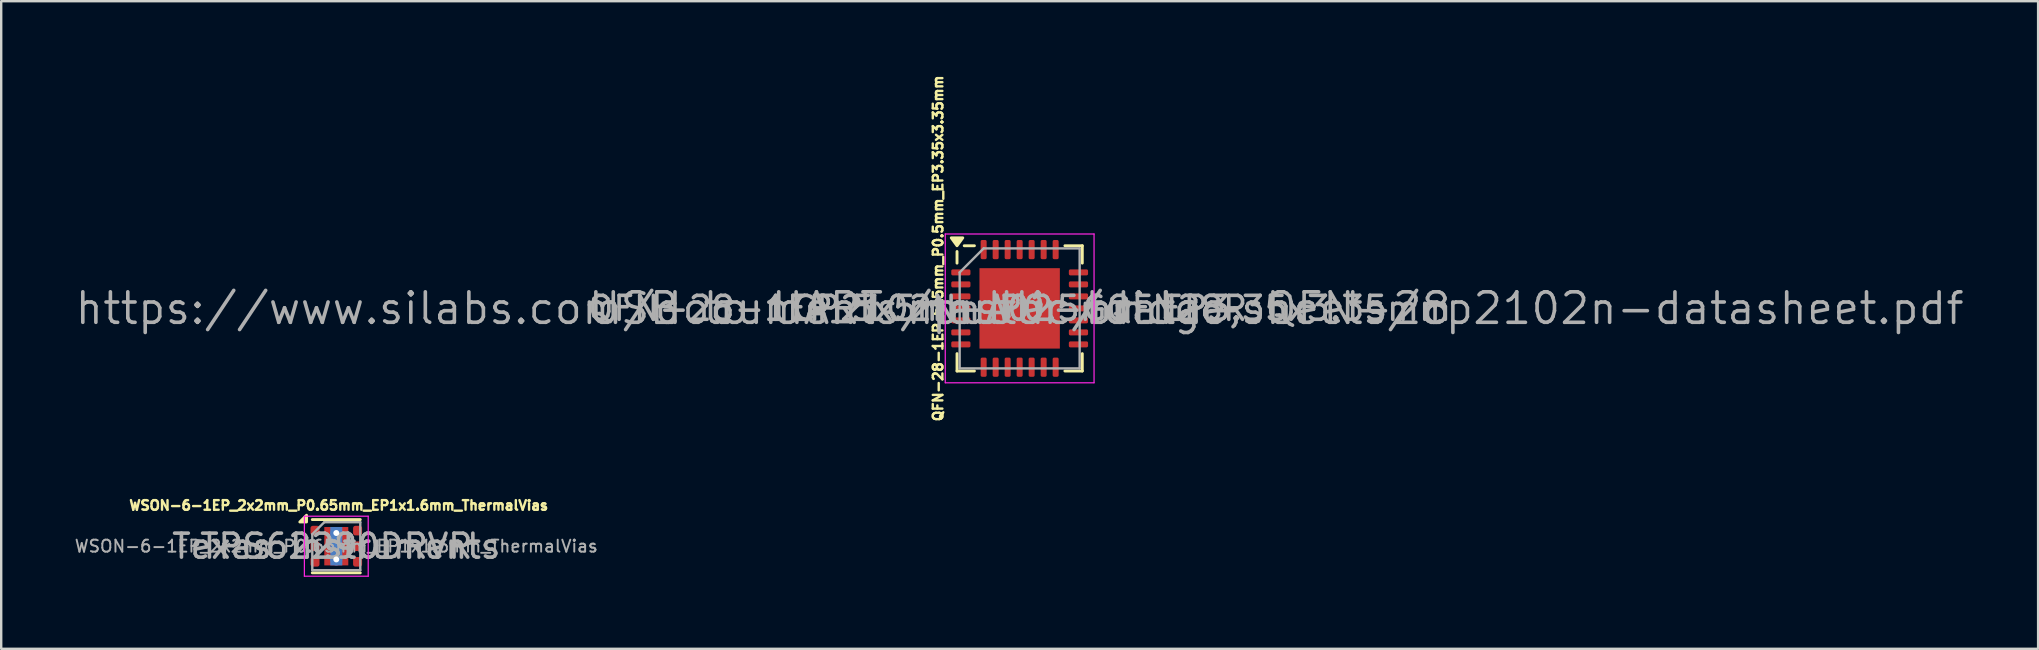
<source format=kicad_pcb>
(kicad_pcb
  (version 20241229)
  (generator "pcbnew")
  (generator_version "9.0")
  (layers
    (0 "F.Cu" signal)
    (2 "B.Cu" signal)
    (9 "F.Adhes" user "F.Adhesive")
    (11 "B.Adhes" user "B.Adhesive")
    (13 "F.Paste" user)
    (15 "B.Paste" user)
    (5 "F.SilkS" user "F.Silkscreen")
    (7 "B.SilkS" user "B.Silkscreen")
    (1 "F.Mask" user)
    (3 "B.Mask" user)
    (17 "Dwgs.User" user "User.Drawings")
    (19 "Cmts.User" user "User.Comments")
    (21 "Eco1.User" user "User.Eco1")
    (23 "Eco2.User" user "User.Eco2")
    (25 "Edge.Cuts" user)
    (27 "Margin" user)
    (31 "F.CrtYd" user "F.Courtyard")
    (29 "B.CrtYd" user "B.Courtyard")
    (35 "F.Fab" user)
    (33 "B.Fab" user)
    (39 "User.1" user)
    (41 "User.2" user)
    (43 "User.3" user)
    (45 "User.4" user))
  (footprint "QFN-28-1EP_5x5mm_P0.5mm_EP3.35x3.35mm"
    (layer "F.Cu")
    (at 39.438 9.8)
    (property "Reference" "QFN-28-1EP_5x5mm_P0.5mm_EP3.35x3.35mm" (at -3.4 -2.5 90) (layer "F.SilkS") (effects (font (size 0.4 0.4) (thickness 0.1))))
    (property "Datasheet" "https://www.silabs.com/documents/public/data-sheets/cp2102n-datasheet.pdf" (at 0 0 0) (unlocked yes) (layer "F.Fab") (effects (font (size 1.27 1.27) (thickness 0.15))))
    (property "Description" "USB to UART master bridge, QFN-28" (at 0 0 0) (unlocked yes) (layer "F.Fab") (effects (font (size 1.27 1.27) (thickness 0.15))))
    (property "PN" "CP2102N-A02-GQFN28R" (at 0 0 0) (unlocked yes) (layer "F.Fab") (effects (font (size 1 1) (thickness 0.15))))
    (attr smd)
    (fp_line (start -2.61 -1.885) (end -2.61 -2.37) (stroke (width 0.12) (type solid)) (layer "F.SilkS"))
    (fp_line (start -2.61 2.61) (end -2.61 1.885) (stroke (width 0.12) (type solid)) (layer "F.SilkS"))
    (fp_line (start -1.885 -2.61) (end -2.31 -2.61) (stroke (width 0.12) (type solid)) (layer "F.SilkS"))
    (fp_line (start -1.885 2.61) (end -2.61 2.61) (stroke (width 0.12) (type solid)) (layer "F.SilkS"))
    (fp_line (start 1.885 -2.61) (end 2.61 -2.61) (stroke (width 0.12) (type solid)) (layer "F.SilkS"))
    (fp_line (start 1.885 2.61) (end 2.61 2.61) (stroke (width 0.12) (type solid)) (layer "F.SilkS"))
    (fp_line (start 2.61 -2.61) (end 2.61 -1.885) (stroke (width 0.12) (type solid)) (layer "F.SilkS"))
    (fp_line (start 2.61 2.61) (end 2.61 1.885) (stroke (width 0.12) (type solid)) (layer "F.SilkS"))
    (fp_poly (pts (xy -2.61 -2.61) (xy -2.85 -2.94) (xy -2.37 -2.94) (xy -2.61 -2.61)) (stroke (width 0.12) (type solid)) (fill yes) (layer "F.SilkS"))
    (fp_line (start -3.1 -3.1) (end -3.1 3.1) (stroke (width 0.05) (type solid)) (layer "F.CrtYd"))
    (fp_line (start -3.1 3.1) (end 3.1 3.1) (stroke (width 0.05) (type solid)) (layer "F.CrtYd"))
    (fp_line (start 3.1 -3.1) (end -3.1 -3.1) (stroke (width 0.05) (type solid)) (layer "F.CrtYd"))
    (fp_line (start 3.1 3.1) (end 3.1 -3.1) (stroke (width 0.05) (type solid)) (layer "F.CrtYd"))
    (fp_line (start -2.5 -1.5) (end -1.5 -2.5) (stroke (width 0.1) (type solid)) (layer "F.Fab"))
    (fp_line (start -2.5 2.5) (end -2.5 -1.5) (stroke (width 0.1) (type solid)) (layer "F.Fab"))
    (fp_line (start -1.5 -2.5) (end 2.5 -2.5) (stroke (width 0.1) (type solid)) (layer "F.Fab"))
    (fp_line (start 2.5 -2.5) (end 2.5 2.5) (stroke (width 0.1) (type solid)) (layer "F.Fab"))
    (fp_line (start 2.5 2.5) (end -2.5 2.5) (stroke (width 0.1) (type solid)) (layer "F.Fab"))
    (fp_text user "${REFERENCE}" (at 0 0 0) (layer "F.Fab") (effects (font (size 1 1) (thickness 0.15))))
    (pad "" smd roundrect (at -1.12 -1.12) (size 0.9 0.9) (layers "F.Paste") (roundrect_rratio 0.25))
    (pad "" smd roundrect (at -1.12 0) (size 0.9 0.9) (layers "F.Paste") (roundrect_rratio 0.25))
    (pad "" smd roundrect (at -1.12 1.12) (size 0.9 0.9) (layers "F.Paste") (roundrect_rratio 0.25))
    (pad "" smd roundrect (at 0 -1.12) (size 0.9 0.9) (layers "F.Paste") (roundrect_rratio 0.25))
    (pad "" smd roundrect (at 0 0) (size 0.9 0.9) (layers "F.Paste") (roundrect_rratio 0.25))
    (pad "" smd roundrect (at 0 1.12) (size 0.9 0.9) (layers "F.Paste") (roundrect_rratio 0.25))
    (pad "" smd roundrect (at 1.12 -1.12) (size 0.9 0.9) (layers "F.Paste") (roundrect_rratio 0.25))
    (pad "" smd roundrect (at 1.12 0) (size 0.9 0.9) (layers "F.Paste") (roundrect_rratio 0.25))
    (pad "" smd roundrect (at 1.12 1.12) (size 0.9 0.9) (layers "F.Paste") (roundrect_rratio 0.25))
    (pad "1" smd roundrect (at -2.45 -1.5) (size 0.8 0.25) (layers "F.Cu" "F.Mask" "F.Paste") (roundrect_rratio 0.25))
    (pad "2" smd roundrect (at -2.45 -1) (size 0.8 0.25) (layers "F.Cu" "F.Mask" "F.Paste") (roundrect_rratio 0.25))
    (pad "3" smd roundrect (at -2.45 -0.5) (size 0.8 0.25) (layers "F.Cu" "F.Mask" "F.Paste") (roundrect_rratio 0.25))
    (pad "4" smd roundrect (at -2.45 0) (size 0.8 0.25) (layers "F.Cu" "F.Mask" "F.Paste") (roundrect_rratio 0.25))
    (pad "5" smd roundrect (at -2.45 0.5) (size 0.8 0.25) (layers "F.Cu" "F.Mask" "F.Paste") (roundrect_rratio 0.25))
    (pad "6" smd roundrect (at -2.45 1) (size 0.8 0.25) (layers "F.Cu" "F.Mask" "F.Paste") (roundrect_rratio 0.25))
    (pad "7" smd roundrect (at -2.45 1.5) (size 0.8 0.25) (layers "F.Cu" "F.Mask" "F.Paste") (roundrect_rratio 0.25))
    (pad "8" smd roundrect (at -1.5 2.45) (size 0.25 0.8) (layers "F.Cu" "F.Mask" "F.Paste") (roundrect_rratio 0.25))
    (pad "9" smd roundrect (at -1 2.45) (size 0.25 0.8) (layers "F.Cu" "F.Mask" "F.Paste") (roundrect_rratio 0.25))
    (pad "10" smd roundrect (at -0.5 2.45) (size 0.25 0.8) (layers "F.Cu" "F.Mask" "F.Paste") (roundrect_rratio 0.25))
    (pad "11" smd roundrect (at 0 2.45) (size 0.25 0.8) (layers "F.Cu" "F.Mask" "F.Paste") (roundrect_rratio 0.25))
    (pad "12" smd roundrect (at 0.5 2.45) (size 0.25 0.8) (layers "F.Cu" "F.Mask" "F.Paste") (roundrect_rratio 0.25))
    (pad "13" smd roundrect (at 1 2.45) (size 0.25 0.8) (layers "F.Cu" "F.Mask" "F.Paste") (roundrect_rratio 0.25))
    (pad "14" smd roundrect (at 1.5 2.45) (size 0.25 0.8) (layers "F.Cu" "F.Mask" "F.Paste") (roundrect_rratio 0.25))
    (pad "15" smd roundrect (at 2.45 1.5) (size 0.8 0.25) (layers "F.Cu" "F.Mask" "F.Paste") (roundrect_rratio 0.25))
    (pad "16" smd roundrect (at 2.45 1) (size 0.8 0.25) (layers "F.Cu" "F.Mask" "F.Paste") (roundrect_rratio 0.25))
    (pad "17" smd roundrect (at 2.45 0.5) (size 0.8 0.25) (layers "F.Cu" "F.Mask" "F.Paste") (roundrect_rratio 0.25))
    (pad "18" smd roundrect (at 2.45 0) (size 0.8 0.25) (layers "F.Cu" "F.Mask" "F.Paste") (roundrect_rratio 0.25))
    (pad "19" smd roundrect (at 2.45 -0.5) (size 0.8 0.25) (layers "F.Cu" "F.Mask" "F.Paste") (roundrect_rratio 0.25))
    (pad "20" smd roundrect (at 2.45 -1) (size 0.8 0.25) (layers "F.Cu" "F.Mask" "F.Paste") (roundrect_rratio 0.25))
    (pad "21" smd roundrect (at 2.45 -1.5) (size 0.8 0.25) (layers "F.Cu" "F.Mask" "F.Paste") (roundrect_rratio 0.25))
    (pad "22" smd roundrect (at 1.5 -2.45) (size 0.25 0.8) (layers "F.Cu" "F.Mask" "F.Paste") (roundrect_rratio 0.25))
    (pad "23" smd roundrect (at 1 -2.45) (size 0.25 0.8) (layers "F.Cu" "F.Mask" "F.Paste") (roundrect_rratio 0.25))
    (pad "24" smd roundrect (at 0.5 -2.45) (size 0.25 0.8) (layers "F.Cu" "F.Mask" "F.Paste") (roundrect_rratio 0.25))
    (pad "25" smd roundrect (at 0 -2.45) (size 0.25 0.8) (layers "F.Cu" "F.Mask" "F.Paste") (roundrect_rratio 0.25))
    (pad "26" smd roundrect (at -0.5 -2.45) (size 0.25 0.8) (layers "F.Cu" "F.Mask" "F.Paste") (roundrect_rratio 0.25))
    (pad "27" smd roundrect (at -1 -2.45) (size 0.25 0.8) (layers "F.Cu" "F.Mask" "F.Paste") (roundrect_rratio 0.25))
    (pad "28" smd roundrect (at -1.5 -2.45) (size 0.25 0.8) (layers "F.Cu" "F.Mask" "F.Paste") (roundrect_rratio 0.25))
    (pad "29" smd rect (at 0 0) (size 3.35 3.35) (property pad_prop_heatsink) (layers "F.Cu" "F.Mask")))
  (footprint "WSON-6-1EP_2x2mm_P0.65mm_EP1x1.6mm_ThermalVias"
    (layer "F.Cu")
    (at 10.963 19.71)
    (property "Reference" "WSON-6-1EP_2x2mm_P0.65mm_EP1x1.6mm_ThermalVias" (at 0.1 -1.7 0) (layer "F.SilkS") (effects (font (size 0.4 0.4) (thickness 0.1))))
    (property "Datasheet" "" (at 0 0 0) (unlocked yes) (layer "F.Fab") (effects (font (size 1.27 1.27) (thickness 0.15))))
    (property "Description" "" (at 0 0 0) (unlocked yes) (layer "F.Fab") (effects (font (size 1.27 1.27) (thickness 0.15))))
    (property "Mfg" "Texas Instruments" (at 0 0 0) (unlocked yes) (layer "F.Fab") (effects (font (size 1 1) (thickness 0.15))))
    (property "PN" "TPS62290DRVR" (at 0 0 0) (unlocked yes) (layer "F.Fab") (effects (font (size 1 1) (thickness 0.15))))
    (attr smd)
    (fp_line (start -1 -1.11) (end 1 -1.11) (stroke (width 0.12) (type solid)) (layer "F.SilkS"))
    (fp_line (start -1 1.11) (end 1 1.11) (stroke (width 0.12) (type solid)) (layer "F.SilkS"))
    (fp_poly (pts (xy -1.24 -1.01) (xy -1.52 -1.01) (xy -1.24 -1.29) (xy -1.24 -1.01)) (stroke (width 0.12) (type solid)) (fill yes) (layer "F.SilkS"))
    (fp_line (start -1.33 -1.25) (end -1.33 1.25) (stroke (width 0.05) (type solid)) (layer "F.CrtYd"))
    (fp_line (start -1.33 1.25) (end 1.33 1.25) (stroke (width 0.05) (type solid)) (layer "F.CrtYd"))
    (fp_line (start 1.33 -1.25) (end -1.33 -1.25) (stroke (width 0.05) (type solid)) (layer "F.CrtYd"))
    (fp_line (start 1.33 1.25) (end 1.33 -1.25) (stroke (width 0.05) (type solid)) (layer "F.CrtYd"))
    (fp_line (start -1 -0.5) (end -0.5 -1) (stroke (width 0.1) (type solid)) (layer "F.Fab"))
    (fp_line (start -1 1) (end -1 -0.5) (stroke (width 0.1) (type solid)) (layer "F.Fab"))
    (fp_line (start -0.5 -1) (end 1 -1) (stroke (width 0.1) (type solid)) (layer "F.Fab"))
    (fp_line (start 1 -1) (end 1 1) (stroke (width 0.1) (type solid)) (layer "F.Fab"))
    (fp_line (start 1 1) (end -1 1) (stroke (width 0.1) (type solid)) (layer "F.Fab"))
    (fp_text user "${REFERENCE}" (at 0 0 0) (layer "F.Fab") (effects (font (size 0.5 0.5) (thickness 0.08))))
    (pad "" smd roundrect (at 0 -0.4) (size 0.87 0.69) (layers "F.Paste") (roundrect_rratio 0.25))
    (pad "" smd roundrect (at 0 0.4) (size 0.87 0.69) (layers "F.Paste") (roundrect_rratio 0.25))
    (pad "1" smd roundrect (at -0.887 -0.65) (size 0.375 0.4) (layers "F.Cu" "F.Mask" "F.Paste") (roundrect_rratio 0.25))
    (pad "2" smd roundrect (at -0.887 0) (size 0.375 0.4) (layers "F.Cu" "F.Mask" "F.Paste") (roundrect_rratio 0.25))
    (pad "3" smd roundrect (at -0.887 0.65) (size 0.375 0.4) (layers "F.Cu" "F.Mask" "F.Paste") (roundrect_rratio 0.25))
    (pad "4" smd roundrect (at 0.887 0.65) (size 0.375 0.4) (layers "F.Cu" "F.Mask" "F.Paste") (roundrect_rratio 0.25))
    (pad "5" smd roundrect (at 0.887 0) (size 0.375 0.4) (layers "F.Cu" "F.Mask" "F.Paste") (roundrect_rratio 0.25))
    (pad "6" smd roundrect (at 0.887 -0.65) (size 0.375 0.4) (layers "F.Cu" "F.Mask" "F.Paste") (roundrect_rratio 0.25))
    (pad "7" thru_hole circle (at 0 -0.55) (size 0.5 0.5) (drill 0.25) (property pad_prop_heatsink) (layers "*.Cu"))
    (pad "7" smd rect (at 0 0) (size 0.5 1.6) (property pad_prop_heatsink) (layers "B.Cu"))
    (pad "7" smd rect (at 0 0) (size 1 1.6) (property pad_prop_heatsink) (layers "F.Cu" "F.Mask"))
    (pad "7" thru_hole circle (at 0 0.55) (size 0.5 0.5) (drill 0.25) (property pad_prop_heatsink) (layers "*.Cu")))
  (gr_rect
    (start -3 -3)
    (end 81.876 23.985)
    (stroke (width 0.1) (type default))
    (fill no)
    (layer "Edge.Cuts")))
</source>
